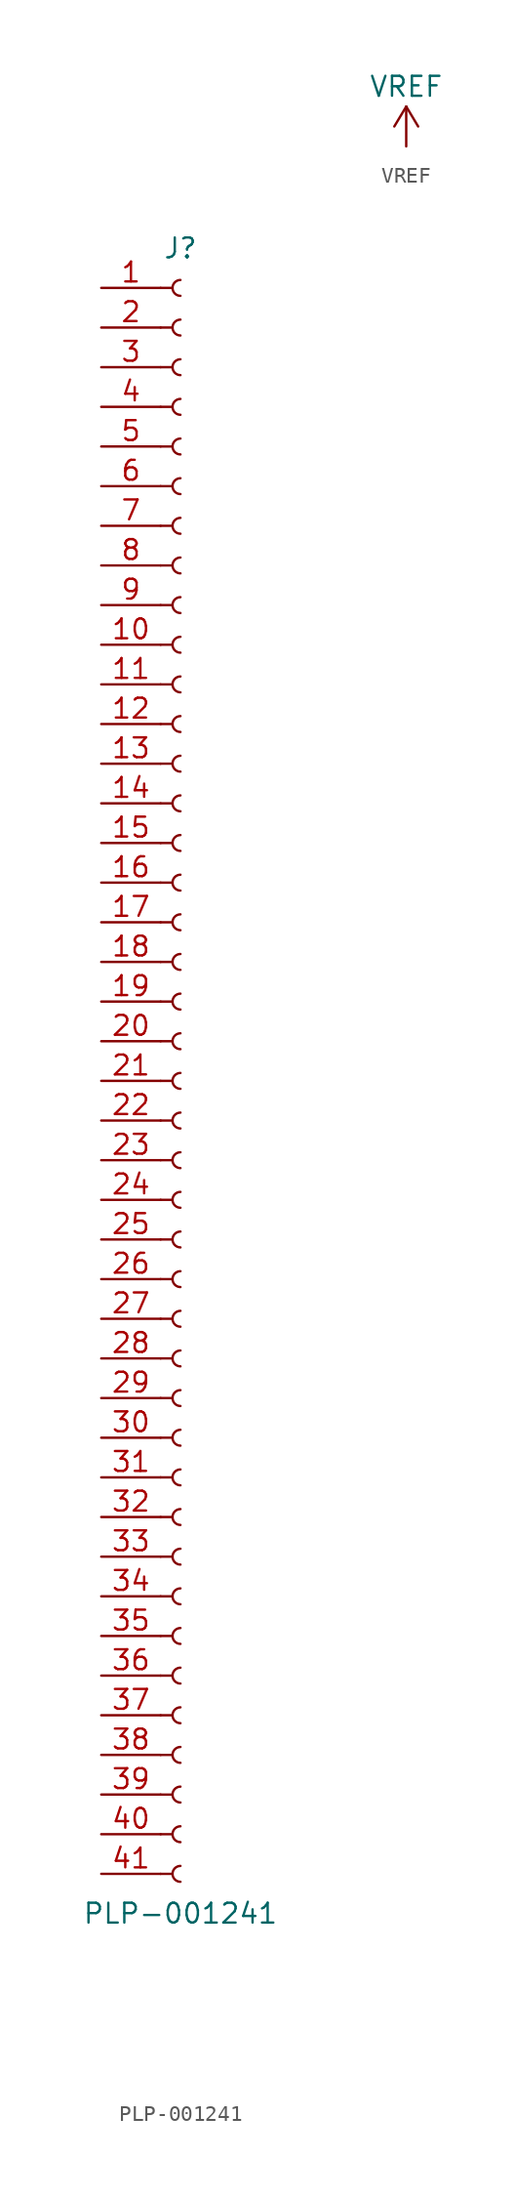
<source format=kicad_sym>
(kicad_symbol_lib
  (version 20241209)
  (generator "kicad_symbol_editor")
  (generator_version "9.0")
  (symbol "PLP-001241"
    (pin_names
      (offset 1.016)
      (hide yes))
    (property "Reference" "J"
      (at 0 53.34 0)
      (effects (font (size 1.27 1.27))))
    (property "Value" "PLP-001241"
      (at 0 -53.34 0)
      (effects (font (size 1.27 1.27))))
    (property "ki_locked" ""
      (at 0 0 0)
      (effects (font (size 1.27 1.27))))
    (symbol "PLP-001241_1_1"
      (polyline (pts (xy -1.27 50.8) (xy -0.508 50.8)) (stroke (width 0.152) (type default)) (fill (type none)))
      (polyline (pts (xy -1.27 48.26) (xy -0.508 48.26)) (stroke (width 0.152) (type default)) (fill (type none)))
      (polyline (pts (xy -1.27 45.72) (xy -0.508 45.72)) (stroke (width 0.152) (type default)) (fill (type none)))
      (polyline (pts (xy -1.27 43.18) (xy -0.508 43.18)) (stroke (width 0.152) (type default)) (fill (type none)))
      (polyline (pts (xy -1.27 40.64) (xy -0.508 40.64)) (stroke (width 0.152) (type default)) (fill (type none)))
      (polyline (pts (xy -1.27 38.1) (xy -0.508 38.1)) (stroke (width 0.152) (type default)) (fill (type none)))
      (polyline (pts (xy -1.27 35.56) (xy -0.508 35.56)) (stroke (width 0.152) (type default)) (fill (type none)))
      (polyline (pts (xy -1.27 33.02) (xy -0.508 33.02)) (stroke (width 0.152) (type default)) (fill (type none)))
      (polyline (pts (xy -1.27 30.48) (xy -0.508 30.48)) (stroke (width 0.152) (type default)) (fill (type none)))
      (polyline (pts (xy -1.27 27.94) (xy -0.508 27.94)) (stroke (width 0.152) (type default)) (fill (type none)))
      (polyline (pts (xy -1.27 25.4) (xy -0.508 25.4)) (stroke (width 0.152) (type default)) (fill (type none)))
      (polyline (pts (xy -1.27 22.86) (xy -0.508 22.86)) (stroke (width 0.152) (type default)) (fill (type none)))
      (polyline (pts (xy -1.27 20.32) (xy -0.508 20.32)) (stroke (width 0.152) (type default)) (fill (type none)))
      (polyline (pts (xy -1.27 17.78) (xy -0.508 17.78)) (stroke (width 0.152) (type default)) (fill (type none)))
      (polyline (pts (xy -1.27 15.24) (xy -0.508 15.24)) (stroke (width 0.152) (type default)) (fill (type none)))
      (polyline (pts (xy -1.27 12.7) (xy -0.508 12.7)) (stroke (width 0.152) (type default)) (fill (type none)))
      (polyline (pts (xy -1.27 10.16) (xy -0.508 10.16)) (stroke (width 0.152) (type default)) (fill (type none)))
      (polyline (pts (xy -1.27 7.62) (xy -0.508 7.62)) (stroke (width 0.152) (type default)) (fill (type none)))
      (polyline (pts (xy -1.27 5.08) (xy -0.508 5.08)) (stroke (width 0.152) (type default)) (fill (type none)))
      (polyline (pts (xy -1.27 2.54) (xy -0.508 2.54)) (stroke (width 0.152) (type default)) (fill (type none)))
      (polyline (pts (xy -1.27 0) (xy -0.508 0)) (stroke (width 0.152) (type default)) (fill (type none)))
      (polyline (pts (xy -1.27 -2.54) (xy -0.508 -2.54)) (stroke (width 0.152) (type default)) (fill (type none)))
      (polyline (pts (xy -1.27 -5.08) (xy -0.508 -5.08)) (stroke (width 0.152) (type default)) (fill (type none)))
      (polyline (pts (xy -1.27 -7.62) (xy -0.508 -7.62)) (stroke (width 0.152) (type default)) (fill (type none)))
      (polyline (pts (xy -1.27 -10.16) (xy -0.508 -10.16)) (stroke (width 0.152) (type default)) (fill (type none)))
      (polyline (pts (xy -1.27 -12.7) (xy -0.508 -12.7)) (stroke (width 0.152) (type default)) (fill (type none)))
      (polyline (pts (xy -1.27 -15.24) (xy -0.508 -15.24)) (stroke (width 0.152) (type default)) (fill (type none)))
      (polyline (pts (xy -1.27 -17.78) (xy -0.508 -17.78)) (stroke (width 0.152) (type default)) (fill (type none)))
      (polyline (pts (xy -1.27 -20.32) (xy -0.508 -20.32)) (stroke (width 0.152) (type default)) (fill (type none)))
      (polyline (pts (xy -1.27 -22.86) (xy -0.508 -22.86)) (stroke (width 0.152) (type default)) (fill (type none)))
      (polyline (pts (xy -1.27 -25.4) (xy -0.508 -25.4)) (stroke (width 0.152) (type default)) (fill (type none)))
      (polyline (pts (xy -1.27 -27.94) (xy -0.508 -27.94)) (stroke (width 0.152) (type default)) (fill (type none)))
      (polyline (pts (xy -1.27 -30.48) (xy -0.508 -30.48)) (stroke (width 0.152) (type default)) (fill (type none)))
      (polyline (pts (xy -1.27 -33.02) (xy -0.508 -33.02)) (stroke (width 0.152) (type default)) (fill (type none)))
      (polyline (pts (xy -1.27 -35.56) (xy -0.508 -35.56)) (stroke (width 0.152) (type default)) (fill (type none)))
      (polyline (pts (xy -1.27 -38.1) (xy -0.508 -38.1)) (stroke (width 0.152) (type default)) (fill (type none)))
      (polyline (pts (xy -1.27 -40.64) (xy -0.508 -40.64)) (stroke (width 0.152) (type default)) (fill (type none)))
      (polyline (pts (xy -1.27 -43.18) (xy -0.508 -43.18)) (stroke (width 0.152) (type default)) (fill (type none)))
      (polyline (pts (xy -1.27 -45.72) (xy -0.508 -45.72)) (stroke (width 0.152) (type default)) (fill (type none)))
      (polyline (pts (xy -1.27 -48.26) (xy -0.508 -48.26)) (stroke (width 0.152) (type default)) (fill (type none)))
      (polyline (pts (xy -1.27 -50.8) (xy -0.508 -50.8)) (stroke (width 0.152) (type default)) (fill (type none)))
      (arc (start 0 50.292) (mid -0.5058 50.8) (end 0 51.308) (stroke (width 0.1524) (type default)) (fill (type none)))
      (arc (start 0 47.752) (mid -0.5058 48.26) (end 0 48.768) (stroke (width 0.1524) (type default)) (fill (type none)))
      (arc (start 0 45.212) (mid -0.5058 45.72) (end 0 46.228) (stroke (width 0.1524) (type default)) (fill (type none)))
      (arc (start 0 42.672) (mid -0.5058 43.18) (end 0 43.688) (stroke (width 0.1524) (type default)) (fill (type none)))
      (arc (start 0 40.132) (mid -0.5058 40.64) (end 0 41.148) (stroke (width 0.1524) (type default)) (fill (type none)))
      (arc (start 0 37.592) (mid -0.5058 38.1) (end 0 38.608) (stroke (width 0.1524) (type default)) (fill (type none)))
      (arc (start 0 35.052) (mid -0.5058 35.56) (end 0 36.068) (stroke (width 0.1524) (type default)) (fill (type none)))
      (arc (start 0 32.512) (mid -0.5058 33.02) (end 0 33.528) (stroke (width 0.1524) (type default)) (fill (type none)))
      (arc (start 0 29.972) (mid -0.5058 30.48) (end 0 30.988) (stroke (width 0.1524) (type default)) (fill (type none)))
      (arc (start 0 27.432) (mid -0.5058 27.94) (end 0 28.448) (stroke (width 0.1524) (type default)) (fill (type none)))
      (arc (start 0 24.892) (mid -0.5058 25.4) (end 0 25.908) (stroke (width 0.1524) (type default)) (fill (type none)))
      (arc (start 0 22.352) (mid -0.5058 22.86) (end 0 23.368) (stroke (width 0.1524) (type default)) (fill (type none)))
      (arc (start 0 19.812) (mid -0.5058 20.32) (end 0 20.828) (stroke (width 0.1524) (type default)) (fill (type none)))
      (arc (start 0 17.272) (mid -0.5058 17.78) (end 0 18.288) (stroke (width 0.1524) (type default)) (fill (type none)))
      (arc (start 0 14.732) (mid -0.5058 15.24) (end 0 15.748) (stroke (width 0.1524) (type default)) (fill (type none)))
      (arc (start 0 12.192) (mid -0.5058 12.7) (end 0 13.208) (stroke (width 0.1524) (type default)) (fill (type none)))
      (arc (start 0 9.652) (mid -0.5058 10.16) (end 0 10.668) (stroke (width 0.1524) (type default)) (fill (type none)))
      (arc (start 0 7.112) (mid -0.5058 7.62) (end 0 8.128) (stroke (width 0.1524) (type default)) (fill (type none)))
      (arc (start 0 4.572) (mid -0.5058 5.08) (end 0 5.588) (stroke (width 0.1524) (type default)) (fill (type none)))
      (arc (start 0 2.032) (mid -0.5058 2.54) (end 0 3.048) (stroke (width 0.1524) (type default)) (fill (type none)))
      (arc (start 0 -0.508) (mid -0.5058 0) (end 0 0.508) (stroke (width 0.1524) (type default)) (fill (type none)))
      (arc (start 0 -3.048) (mid -0.5058 -2.54) (end 0 -2.032) (stroke (width 0.1524) (type default)) (fill (type none)))
      (arc (start 0 -5.588) (mid -0.5058 -5.08) (end 0 -4.572) (stroke (width 0.1524) (type default)) (fill (type none)))
      (arc (start 0 -8.128) (mid -0.5058 -7.62) (end 0 -7.112) (stroke (width 0.1524) (type default)) (fill (type none)))
      (arc (start 0 -10.668) (mid -0.5058 -10.16) (end 0 -9.652) (stroke (width 0.1524) (type default)) (fill (type none)))
      (arc (start 0 -13.208) (mid -0.5058 -12.7) (end 0 -12.192) (stroke (width 0.1524) (type default)) (fill (type none)))
      (arc (start 0 -15.748) (mid -0.5058 -15.24) (end 0 -14.732) (stroke (width 0.1524) (type default)) (fill (type none)))
      (arc (start 0 -18.288) (mid -0.5058 -17.78) (end 0 -17.272) (stroke (width 0.1524) (type default)) (fill (type none)))
      (arc (start 0 -20.828) (mid -0.5058 -20.32) (end 0 -19.812) (stroke (width 0.1524) (type default)) (fill (type none)))
      (arc (start 0 -23.368) (mid -0.5058 -22.86) (end 0 -22.352) (stroke (width 0.1524) (type default)) (fill (type none)))
      (arc (start 0 -25.908) (mid -0.5058 -25.4) (end 0 -24.892) (stroke (width 0.1524) (type default)) (fill (type none)))
      (arc (start 0 -28.448) (mid -0.5058 -27.94) (end 0 -27.432) (stroke (width 0.1524) (type default)) (fill (type none)))
      (arc (start 0 -30.988) (mid -0.5058 -30.48) (end 0 -29.972) (stroke (width 0.1524) (type default)) (fill (type none)))
      (arc (start 0 -33.528) (mid -0.5058 -33.02) (end 0 -32.512) (stroke (width 0.1524) (type default)) (fill (type none)))
      (arc (start 0 -36.068) (mid -0.5058 -35.56) (end 0 -35.052) (stroke (width 0.1524) (type default)) (fill (type none)))
      (arc (start 0 -38.608) (mid -0.5058 -38.1) (end 0 -37.592) (stroke (width 0.1524) (type default)) (fill (type none)))
      (arc (start 0 -41.148) (mid -0.5058 -40.64) (end 0 -40.132) (stroke (width 0.1524) (type default)) (fill (type none)))
      (arc (start 0 -43.688) (mid -0.5058 -43.18) (end 0 -42.672) (stroke (width 0.1524) (type default)) (fill (type none)))
      (arc (start 0 -46.228) (mid -0.5058 -45.72) (end 0 -45.212) (stroke (width 0.1524) (type default)) (fill (type none)))
      (arc (start 0 -48.768) (mid -0.5058 -48.26) (end 0 -47.752) (stroke (width 0.1524) (type default)) (fill (type none)))
      (arc (start 0 -51.308) (mid -0.5058 -50.8) (end 0 -50.292) (stroke (width 0.1524) (type default)) (fill (type none)))
      (pin passive line (at -5.08 50.8 0) (length 3.81) (name "Pin_1" (effects (font (size 1.27 1.27)))) (number "1" (effects (font (size 1.27 1.27)))))
      (pin passive line (at -5.08 48.26 0) (length 3.81) (name "Pin_2" (effects (font (size 1.27 1.27)))) (number "2" (effects (font (size 1.27 1.27)))))
      (pin passive line (at -5.08 45.72 0) (length 3.81) (name "Pin_3" (effects (font (size 1.27 1.27)))) (number "3" (effects (font (size 1.27 1.27)))))
      (pin passive line (at -5.08 43.18 0) (length 3.81) (name "Pin_4" (effects (font (size 1.27 1.27)))) (number "4" (effects (font (size 1.27 1.27)))))
      (pin passive line (at -5.08 40.64 0) (length 3.81) (name "Pin_5" (effects (font (size 1.27 1.27)))) (number "5" (effects (font (size 1.27 1.27)))))
      (pin passive line (at -5.08 38.1 0) (length 3.81) (name "Pin_6" (effects (font (size 1.27 1.27)))) (number "6" (effects (font (size 1.27 1.27)))))
      (pin passive line (at -5.08 35.56 0) (length 3.81) (name "Pin_7" (effects (font (size 1.27 1.27)))) (number "7" (effects (font (size 1.27 1.27)))))
      (pin passive line (at -5.08 33.02 0) (length 3.81) (name "Pin_8" (effects (font (size 1.27 1.27)))) (number "8" (effects (font (size 1.27 1.27)))))
      (pin passive line (at -5.08 30.48 0) (length 3.81) (name "Pin_9" (effects (font (size 1.27 1.27)))) (number "9" (effects (font (size 1.27 1.27)))))
      (pin passive line (at -5.08 27.94 0) (length 3.81) (name "Pin_10" (effects (font (size 1.27 1.27)))) (number "10" (effects (font (size 1.27 1.27)))))
      (pin passive line (at -5.08 25.4 0) (length 3.81) (name "Pin_11" (effects (font (size 1.27 1.27)))) (number "11" (effects (font (size 1.27 1.27)))))
      (pin passive line (at -5.08 22.86 0) (length 3.81) (name "Pin_12" (effects (font (size 1.27 1.27)))) (number "12" (effects (font (size 1.27 1.27)))))
      (pin passive line (at -5.08 20.32 0) (length 3.81) (name "Pin_13" (effects (font (size 1.27 1.27)))) (number "13" (effects (font (size 1.27 1.27)))))
      (pin passive line (at -5.08 17.78 0) (length 3.81) (name "Pin_14" (effects (font (size 1.27 1.27)))) (number "14" (effects (font (size 1.27 1.27)))))
      (pin passive line (at -5.08 15.24 0) (length 3.81) (name "Pin_15" (effects (font (size 1.27 1.27)))) (number "15" (effects (font (size 1.27 1.27)))))
      (pin passive line (at -5.08 12.7 0) (length 3.81) (name "Pin_16" (effects (font (size 1.27 1.27)))) (number "16" (effects (font (size 1.27 1.27)))))
      (pin passive line (at -5.08 10.16 0) (length 3.81) (name "Pin_17" (effects (font (size 1.27 1.27)))) (number "17" (effects (font (size 1.27 1.27)))))
      (pin passive line (at -5.08 7.62 0) (length 3.81) (name "Pin_18" (effects (font (size 1.27 1.27)))) (number "18" (effects (font (size 1.27 1.27)))))
      (pin passive line (at -5.08 5.08 0) (length 3.81) (name "Pin_19" (effects (font (size 1.27 1.27)))) (number "19" (effects (font (size 1.27 1.27)))))
      (pin passive line (at -5.08 2.54 0) (length 3.81) (name "Pin_20" (effects (font (size 1.27 1.27)))) (number "20" (effects (font (size 1.27 1.27)))))
      (pin passive line (at -5.08 0 0) (length 3.81) (name "Pin_21" (effects (font (size 1.27 1.27)))) (number "21" (effects (font (size 1.27 1.27)))))
      (pin passive line (at -5.08 -2.54 0) (length 3.81) (name "Pin_22" (effects (font (size 1.27 1.27)))) (number "22" (effects (font (size 1.27 1.27)))))
      (pin passive line (at -5.08 -5.08 0) (length 3.81) (name "Pin_23" (effects (font (size 1.27 1.27)))) (number "23" (effects (font (size 1.27 1.27)))))
      (pin passive line (at -5.08 -7.62 0) (length 3.81) (name "Pin_24" (effects (font (size 1.27 1.27)))) (number "24" (effects (font (size 1.27 1.27)))))
      (pin passive line (at -5.08 -10.16 0) (length 3.81) (name "Pin_25" (effects (font (size 1.27 1.27)))) (number "25" (effects (font (size 1.27 1.27)))))
      (pin passive line (at -5.08 -12.7 0) (length 3.81) (name "Pin_26" (effects (font (size 1.27 1.27)))) (number "26" (effects (font (size 1.27 1.27)))))
      (pin passive line (at -5.08 -15.24 0) (length 3.81) (name "Pin_27" (effects (font (size 1.27 1.27)))) (number "27" (effects (font (size 1.27 1.27)))))
      (pin passive line (at -5.08 -17.78 0) (length 3.81) (name "Pin_28" (effects (font (size 1.27 1.27)))) (number "28" (effects (font (size 1.27 1.27)))))
      (pin passive line (at -5.08 -20.32 0) (length 3.81) (name "Pin_29" (effects (font (size 1.27 1.27)))) (number "29" (effects (font (size 1.27 1.27)))))
      (pin passive line (at -5.08 -22.86 0) (length 3.81) (name "Pin_30" (effects (font (size 1.27 1.27)))) (number "30" (effects (font (size 1.27 1.27)))))
      (pin passive line (at -5.08 -25.4 0) (length 3.81) (name "Pin_31" (effects (font (size 1.27 1.27)))) (number "31" (effects (font (size 1.27 1.27)))))
      (pin passive line (at -5.08 -27.94 0) (length 3.81) (name "Pin_32" (effects (font (size 1.27 1.27)))) (number "32" (effects (font (size 1.27 1.27)))))
      (pin passive line (at -5.08 -30.48 0) (length 3.81) (name "Pin_33" (effects (font (size 1.27 1.27)))) (number "33" (effects (font (size 1.27 1.27)))))
      (pin passive line (at -5.08 -33.02 0) (length 3.81) (name "Pin_34" (effects (font (size 1.27 1.27)))) (number "34" (effects (font (size 1.27 1.27)))))
      (pin passive line (at -5.08 -35.56 0) (length 3.81) (name "Pin_35" (effects (font (size 1.27 1.27)))) (number "35" (effects (font (size 1.27 1.27)))))
      (pin passive line (at -5.08 -38.1 0) (length 3.81) (name "Pin_36" (effects (font (size 1.27 1.27)))) (number "36" (effects (font (size 1.27 1.27)))))
      (pin passive line (at -5.08 -40.64 0) (length 3.81) (name "Pin_37" (effects (font (size 1.27 1.27)))) (number "37" (effects (font (size 1.27 1.27)))))
      (pin passive line (at -5.08 -43.18 0) (length 3.81) (name "Pin_38" (effects (font (size 1.27 1.27)))) (number "38" (effects (font (size 1.27 1.27)))))
      (pin passive line (at -5.08 -45.72 0) (length 3.81) (name "Pin_39" (effects (font (size 1.27 1.27)))) (number "39" (effects (font (size 1.27 1.27)))))
      (pin passive line (at -5.08 -48.26 0) (length 3.81) (name "Pin_40" (effects (font (size 1.27 1.27)))) (number "40" (effects (font (size 1.27 1.27)))))
      (pin passive line (at -5.08 -50.8 0) (length 3.81) (name "Pin_41" (effects (font (size 1.27 1.27)))) (number "41" (effects (font (size 1.27 1.27)))))))
  (symbol "VREF"
    (power)
    (pin_names
      (offset 0))
    (property "Reference" "#PWR"
      (at 0 -3.81 0)
      (effects (font (size 1.27 1.27)) (hide yes)))
    (property "Value" "VREF"
      (at 0 3.81 0)
      (effects (font (size 1.27 1.27))))
    (symbol "VREF_0_1"
      (polyline (pts (xy -0.762 1.27) (xy 0 2.54)) (stroke (width 0) (type default)) (fill (type none)))
      (polyline (pts (xy 0 2.54) (xy 0.762 1.27)) (stroke (width 0) (type default)) (fill (type none)))
      (polyline (pts (xy 0 0) (xy 0 2.54)) (stroke (width 0) (type default)) (fill (type none))))
    (symbol "VREF_1_1"
      (pin power_in line (at 0 0 90) (length 0) (hide yes) (name "VREF" (effects (font (size 1.27 1.27)))) (number "1" (effects (font (size 1.27 1.27))))))))
</source>
